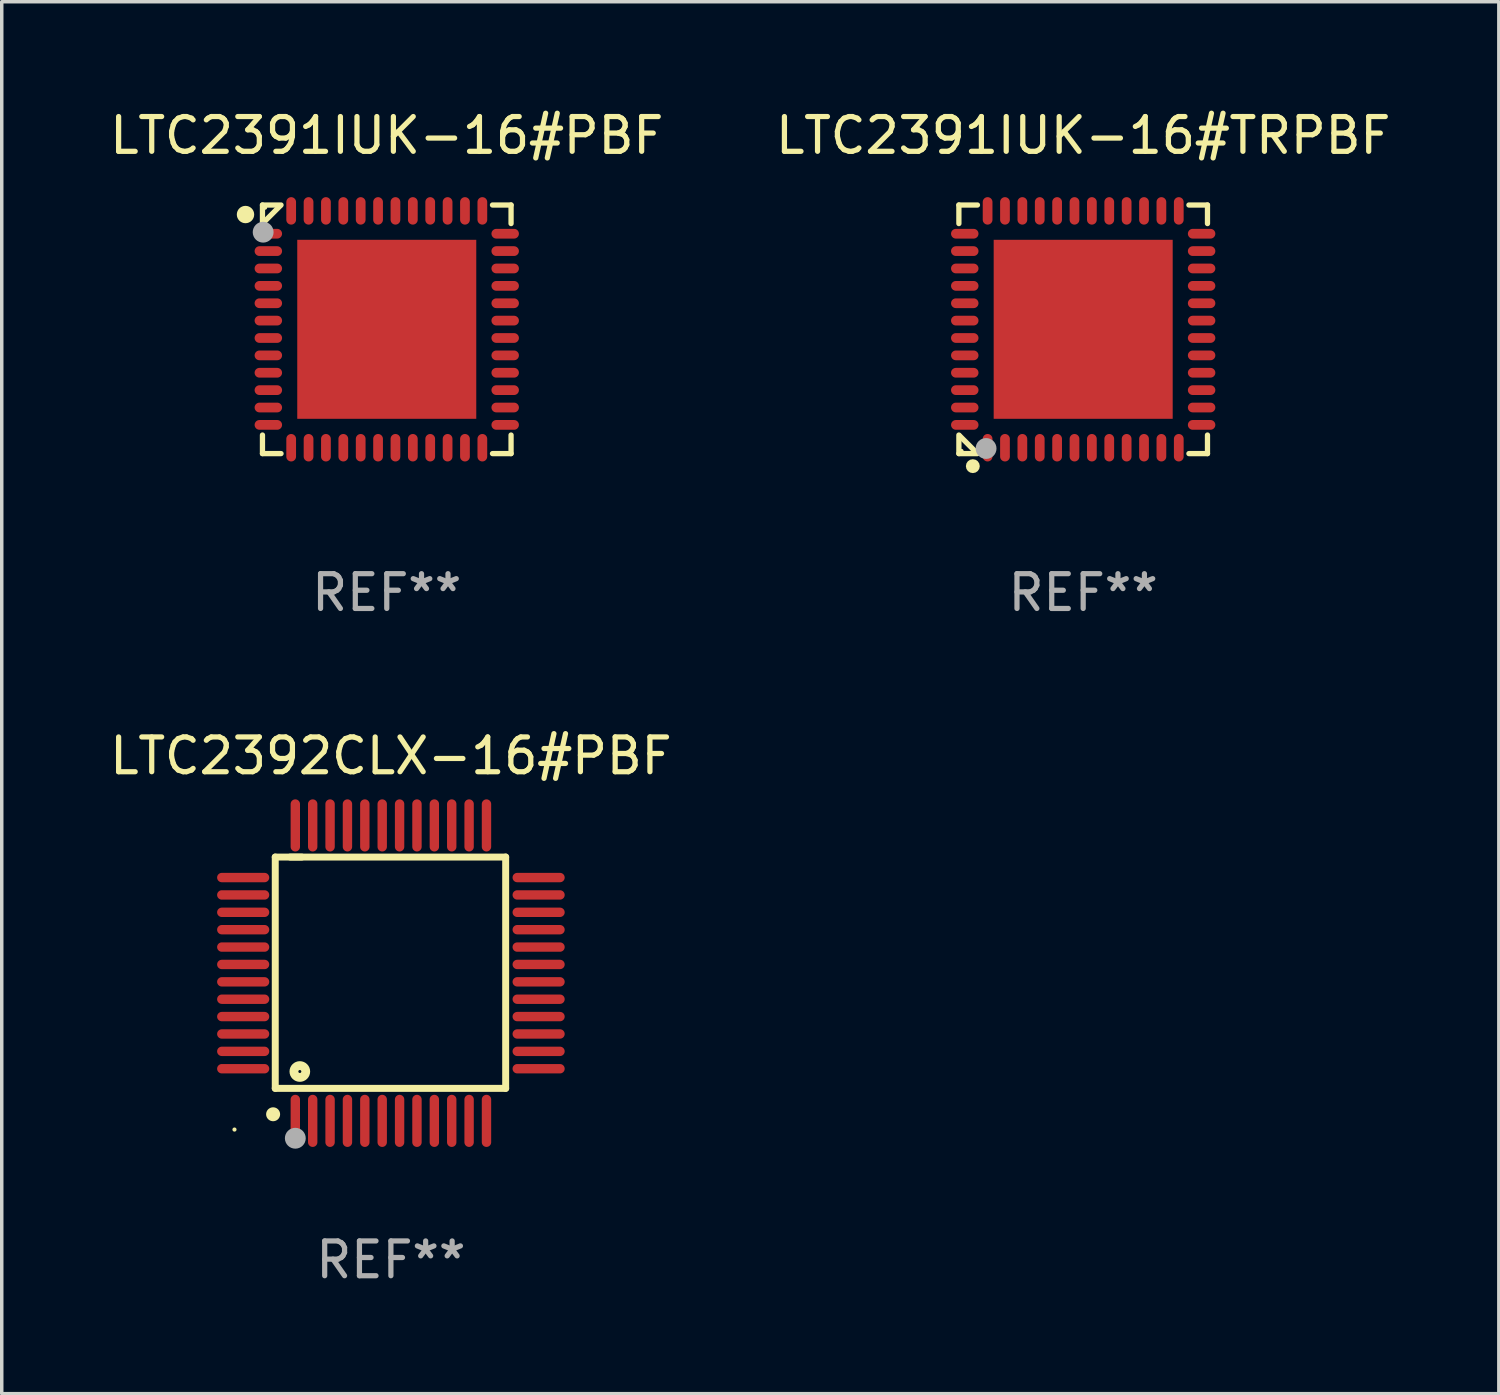
<source format=kicad_pcb>
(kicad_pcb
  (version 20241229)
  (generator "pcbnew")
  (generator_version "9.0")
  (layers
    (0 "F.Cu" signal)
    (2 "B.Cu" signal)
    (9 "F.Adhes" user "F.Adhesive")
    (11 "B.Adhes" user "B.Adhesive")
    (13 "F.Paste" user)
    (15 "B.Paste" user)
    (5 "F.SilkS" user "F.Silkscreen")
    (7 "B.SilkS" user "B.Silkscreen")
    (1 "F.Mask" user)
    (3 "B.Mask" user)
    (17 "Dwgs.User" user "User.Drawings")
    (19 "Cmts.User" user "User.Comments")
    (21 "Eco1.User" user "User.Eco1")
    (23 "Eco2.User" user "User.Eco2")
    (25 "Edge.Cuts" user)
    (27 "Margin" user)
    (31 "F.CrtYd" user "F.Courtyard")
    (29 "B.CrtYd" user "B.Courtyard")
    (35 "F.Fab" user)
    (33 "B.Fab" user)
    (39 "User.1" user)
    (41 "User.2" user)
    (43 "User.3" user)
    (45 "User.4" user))
  (footprint "LTC2392CLX-16#PBF"
    (layer "F.Cu")
    (at 8.196 24.947)
    (property "Reference" "LTC2392CLX-16#PBF" (at 0 -6.25 0) (layer "F.SilkS") (effects (font (size 1 1) (thickness 0.15))))
    (attr through_hole)
    (fp_line (start -3.327 -3.34) (end -2.565 -3.34) (stroke (width 0.2) (type solid)) (layer "F.SilkS"))
    (fp_line (start -3.327 3.315) (end -3.327 -3.34) (stroke (width 0.2) (type solid)) (layer "F.SilkS"))
    (fp_line (start -2.896 -3.34) (end 3.302 -3.34) (stroke (width 0.2) (type solid)) (layer "F.SilkS"))
    (fp_line (start 3.302 -3.34) (end 3.302 3.315) (stroke (width 0.2) (type solid)) (layer "F.SilkS"))
    (fp_line (start 3.302 3.315) (end -3.327 3.315) (stroke (width 0.2) (type solid)) (layer "F.SilkS"))
    (fp_arc (start -3.389992 4.059995) (mid -3.388722 4.059991) (end -3.387452 4.059995) (stroke (width 0.4) (type solid)) (layer "F.SilkS"))
    (fp_circle (center -4.5 4.5) (end -4.47 4.5) (stroke (width 0.06) (type solid)) (fill no) (layer "F.SilkS"))
    (fp_circle (center -2.62 2.83) (end -2.45 2.83) (stroke (width 0.254) (type solid)) (fill no) (layer "F.SilkS"))
    (fp_circle (center -2.75 4.75) (end -2.6 4.75) (stroke (width 0.3) (type solid)) (fill no) (layer "F.Fab"))
    (fp_text user "REF**" (at 0 8.25 0) (layer "F.Fab") (effects (font (size 1 1) (thickness 0.15))))
    (pad "1" smd oval (at -2.75 4.25) (size 0.27 1.5) (layers "F.Cu" "F.Mask" "F.Paste"))
    (pad "2" smd oval (at -2.25 4.25) (size 0.27 1.5) (layers "F.Cu" "F.Mask" "F.Paste"))
    (pad "3" smd oval (at -1.75 4.25) (size 0.27 1.5) (layers "F.Cu" "F.Mask" "F.Paste"))
    (pad "4" smd oval (at -1.25 4.25) (size 0.27 1.5) (layers "F.Cu" "F.Mask" "F.Paste"))
    (pad "5" smd oval (at -0.75 4.25) (size 0.27 1.5) (layers "F.Cu" "F.Mask" "F.Paste"))
    (pad "6" smd oval (at -0.25 4.25) (size 0.27 1.5) (layers "F.Cu" "F.Mask" "F.Paste"))
    (pad "7" smd oval (at 0.25 4.25) (size 0.27 1.5) (layers "F.Cu" "F.Mask" "F.Paste"))
    (pad "8" smd oval (at 0.75 4.25) (size 0.27 1.5) (layers "F.Cu" "F.Mask" "F.Paste"))
    (pad "9" smd oval (at 1.25 4.25) (size 0.27 1.5) (layers "F.Cu" "F.Mask" "F.Paste"))
    (pad "10" smd oval (at 1.75 4.25) (size 0.27 1.5) (layers "F.Cu" "F.Mask" "F.Paste"))
    (pad "11" smd oval (at 2.25 4.25) (size 0.27 1.5) (layers "F.Cu" "F.Mask" "F.Paste"))
    (pad "12" smd oval (at 2.75 4.25) (size 0.27 1.5) (layers "F.Cu" "F.Mask" "F.Paste"))
    (pad "13" smd oval (at 4.25 2.75) (size 1.5 0.27) (layers "F.Cu" "F.Mask" "F.Paste"))
    (pad "14" smd oval (at 4.25 2.25) (size 1.5 0.27) (layers "F.Cu" "F.Mask" "F.Paste"))
    (pad "15" smd oval (at 4.25 1.75) (size 1.5 0.27) (layers "F.Cu" "F.Mask" "F.Paste"))
    (pad "16" smd oval (at 4.25 1.25) (size 1.5 0.27) (layers "F.Cu" "F.Mask" "F.Paste"))
    (pad "17" smd oval (at 4.25 0.75) (size 1.5 0.27) (layers "F.Cu" "F.Mask" "F.Paste"))
    (pad "18" smd oval (at 4.25 0.25) (size 1.5 0.27) (layers "F.Cu" "F.Mask" "F.Paste"))
    (pad "19" smd oval (at 4.25 -0.25) (size 1.5 0.27) (layers "F.Cu" "F.Mask" "F.Paste"))
    (pad "20" smd oval (at 4.25 -0.75) (size 1.5 0.27) (layers "F.Cu" "F.Mask" "F.Paste"))
    (pad "21" smd oval (at 4.25 -1.25) (size 1.5 0.27) (layers "F.Cu" "F.Mask" "F.Paste"))
    (pad "22" smd oval (at 4.25 -1.75) (size 1.5 0.27) (layers "F.Cu" "F.Mask" "F.Paste"))
    (pad "23" smd oval (at 4.25 -2.25) (size 1.5 0.27) (layers "F.Cu" "F.Mask" "F.Paste"))
    (pad "24" smd oval (at 4.25 -2.75) (size 1.5 0.27) (layers "F.Cu" "F.Mask" "F.Paste"))
    (pad "25" smd oval (at 2.75 -4.25) (size 0.27 1.5) (layers "F.Cu" "F.Mask" "F.Paste"))
    (pad "26" smd oval (at 2.25 -4.25) (size 0.27 1.5) (layers "F.Cu" "F.Mask" "F.Paste"))
    (pad "27" smd oval (at 1.75 -4.25) (size 0.27 1.5) (layers "F.Cu" "F.Mask" "F.Paste"))
    (pad "28" smd oval (at 1.25 -4.25) (size 0.27 1.5) (layers "F.Cu" "F.Mask" "F.Paste"))
    (pad "29" smd oval (at 0.75 -4.25) (size 0.27 1.5) (layers "F.Cu" "F.Mask" "F.Paste"))
    (pad "30" smd oval (at 0.25 -4.25) (size 0.27 1.5) (layers "F.Cu" "F.Mask" "F.Paste"))
    (pad "31" smd oval (at -0.25 -4.25) (size 0.27 1.5) (layers "F.Cu" "F.Mask" "F.Paste"))
    (pad "32" smd oval (at -0.75 -4.25) (size 0.27 1.5) (layers "F.Cu" "F.Mask" "F.Paste"))
    (pad "33" smd oval (at -1.25 -4.25) (size 0.27 1.5) (layers "F.Cu" "F.Mask" "F.Paste"))
    (pad "34" smd oval (at -1.75 -4.25) (size 0.27 1.5) (layers "F.Cu" "F.Mask" "F.Paste"))
    (pad "35" smd oval (at -2.25 -4.25) (size 0.27 1.5) (layers "F.Cu" "F.Mask" "F.Paste"))
    (pad "36" smd oval (at -2.75 -4.25) (size 0.27 1.5) (layers "F.Cu" "F.Mask" "F.Paste"))
    (pad "37" smd oval (at -4.25 -2.75) (size 1.5 0.27) (layers "F.Cu" "F.Mask" "F.Paste"))
    (pad "38" smd oval (at -4.25 -2.25) (size 1.5 0.27) (layers "F.Cu" "F.Mask" "F.Paste"))
    (pad "39" smd oval (at -4.25 -1.75) (size 1.5 0.27) (layers "F.Cu" "F.Mask" "F.Paste"))
    (pad "40" smd oval (at -4.25 -1.25) (size 1.5 0.27) (layers "F.Cu" "F.Mask" "F.Paste"))
    (pad "41" smd oval (at -4.25 -0.75) (size 1.5 0.27) (layers "F.Cu" "F.Mask" "F.Paste"))
    (pad "42" smd oval (at -4.25 -0.25) (size 1.5 0.27) (layers "F.Cu" "F.Mask" "F.Paste"))
    (pad "43" smd oval (at -4.25 0.25) (size 1.5 0.27) (layers "F.Cu" "F.Mask" "F.Paste"))
    (pad "44" smd oval (at -4.25 0.75) (size 1.5 0.27) (layers "F.Cu" "F.Mask" "F.Paste"))
    (pad "45" smd oval (at -4.25 1.25) (size 1.5 0.27) (layers "F.Cu" "F.Mask" "F.Paste"))
    (pad "46" smd oval (at -4.25 1.75) (size 1.5 0.27) (layers "F.Cu" "F.Mask" "F.Paste"))
    (pad "47" smd oval (at -4.25 2.25) (size 1.5 0.27) (layers "F.Cu" "F.Mask" "F.Paste"))
    (pad "48" smd oval (at -4.25 2.75) (size 1.5 0.27) (layers "F.Cu" "F.Mask" "F.Paste")))
  (footprint "LTC2391IUK-16#TRPBF"
    (layer "F.Cu")
    (at 28.113 6.424)
    (property "Reference" "LTC2391IUK-16#TRPBF" (at 0 -5.576 0) (layer "F.SilkS") (effects (font (size 1 1) (thickness 0.15))))
    (attr through_hole)
    (fp_line (start -3.576 -3.576) (end -3.576 -3.042) (stroke (width 0.152) (type solid)) (layer "F.SilkS"))
    (fp_line (start -3.576 3.576) (end -3.576 3.042) (stroke (width 0.152) (type solid)) (layer "F.SilkS"))
    (fp_line (start -3.069 3.549) (end -3.549 3.069) (stroke (width 0.152) (type solid)) (layer "F.SilkS"))
    (fp_line (start -3.042 -3.576) (end -3.576 -3.576) (stroke (width 0.152) (type solid)) (layer "F.SilkS"))
    (fp_line (start -3.042 3.576) (end -3.576 3.576) (stroke (width 0.152) (type solid)) (layer "F.SilkS"))
    (fp_line (start 3.042 -3.576) (end 3.576 -3.576) (stroke (width 0.152) (type solid)) (layer "F.SilkS"))
    (fp_line (start 3.042 3.576) (end 3.576 3.576) (stroke (width 0.152) (type solid)) (layer "F.SilkS"))
    (fp_line (start 3.576 -3.576) (end 3.576 -3.042) (stroke (width 0.152) (type solid)) (layer "F.SilkS"))
    (fp_line (start 3.576 3.576) (end 3.576 3.042) (stroke (width 0.152) (type solid)) (layer "F.SilkS"))
    (fp_circle (center -3.5 3.5) (end -3.47 3.5) (stroke (width 0.06) (type solid)) (fill no) (layer "F.SilkS"))
    (fp_circle (center -3.175 3.937) (end -3.075 3.937) (stroke (width 0.2) (type solid)) (fill no) (layer "F.SilkS"))
    (fp_circle (center -2.794 3.429) (end -2.644 3.429) (stroke (width 0.3) (type solid)) (fill no) (layer "F.Fab"))
    (fp_text user "REF**" (at 0 7.576 0) (layer "F.Fab") (effects (font (size 1 1) (thickness 0.15))))
    (pad "1" smd oval (at -2.75 3.407) (size 0.28 0.79) (layers "F.Cu" "F.Mask" "F.Paste"))
    (pad "2" smd oval (at -2.25 3.407) (size 0.28 0.79) (layers "F.Cu" "F.Mask" "F.Paste"))
    (pad "3" smd oval (at -1.75 3.407) (size 0.28 0.79) (layers "F.Cu" "F.Mask" "F.Paste"))
    (pad "4" smd oval (at -1.25 3.407) (size 0.28 0.79) (layers "F.Cu" "F.Mask" "F.Paste"))
    (pad "5" smd oval (at -0.75 3.407) (size 0.28 0.79) (layers "F.Cu" "F.Mask" "F.Paste"))
    (pad "6" smd oval (at -0.25 3.407) (size 0.28 0.79) (layers "F.Cu" "F.Mask" "F.Paste"))
    (pad "7" smd oval (at 0.25 3.407) (size 0.28 0.79) (layers "F.Cu" "F.Mask" "F.Paste"))
    (pad "8" smd oval (at 0.75 3.407) (size 0.28 0.79) (layers "F.Cu" "F.Mask" "F.Paste"))
    (pad "9" smd oval (at 1.25 3.407) (size 0.28 0.79) (layers "F.Cu" "F.Mask" "F.Paste"))
    (pad "10" smd oval (at 1.75 3.407) (size 0.28 0.79) (layers "F.Cu" "F.Mask" "F.Paste"))
    (pad "11" smd oval (at 2.25 3.407) (size 0.28 0.79) (layers "F.Cu" "F.Mask" "F.Paste"))
    (pad "12" smd oval (at 2.75 3.407) (size 0.28 0.79) (layers "F.Cu" "F.Mask" "F.Paste"))
    (pad "13" smd oval (at 3.407 2.75) (size 0.79 0.28) (layers "F.Cu" "F.Mask" "F.Paste"))
    (pad "14" smd oval (at 3.407 2.25) (size 0.79 0.28) (layers "F.Cu" "F.Mask" "F.Paste"))
    (pad "15" smd oval (at 3.407 1.75) (size 0.79 0.28) (layers "F.Cu" "F.Mask" "F.Paste"))
    (pad "16" smd oval (at 3.407 1.25) (size 0.79 0.28) (layers "F.Cu" "F.Mask" "F.Paste"))
    (pad "17" smd oval (at 3.407 0.75) (size 0.79 0.28) (layers "F.Cu" "F.Mask" "F.Paste"))
    (pad "18" smd oval (at 3.407 0.25) (size 0.79 0.28) (layers "F.Cu" "F.Mask" "F.Paste"))
    (pad "19" smd oval (at 3.407 -0.25) (size 0.79 0.28) (layers "F.Cu" "F.Mask" "F.Paste"))
    (pad "20" smd oval (at 3.407 -0.75) (size 0.79 0.28) (layers "F.Cu" "F.Mask" "F.Paste"))
    (pad "21" smd oval (at 3.407 -1.25) (size 0.79 0.28) (layers "F.Cu" "F.Mask" "F.Paste"))
    (pad "22" smd oval (at 3.407 -1.75) (size 0.79 0.28) (layers "F.Cu" "F.Mask" "F.Paste"))
    (pad "23" smd oval (at 3.407 -2.25) (size 0.79 0.28) (layers "F.Cu" "F.Mask" "F.Paste"))
    (pad "24" smd oval (at 3.407 -2.75) (size 0.79 0.28) (layers "F.Cu" "F.Mask" "F.Paste"))
    (pad "25" smd oval (at 2.75 -3.407) (size 0.28 0.79) (layers "F.Cu" "F.Mask" "F.Paste"))
    (pad "26" smd oval (at 2.25 -3.407) (size 0.28 0.79) (layers "F.Cu" "F.Mask" "F.Paste"))
    (pad "27" smd oval (at 1.75 -3.407) (size 0.28 0.79) (layers "F.Cu" "F.Mask" "F.Paste"))
    (pad "28" smd oval (at 1.25 -3.407) (size 0.28 0.79) (layers "F.Cu" "F.Mask" "F.Paste"))
    (pad "29" smd oval (at 0.75 -3.407) (size 0.28 0.79) (layers "F.Cu" "F.Mask" "F.Paste"))
    (pad "30" smd oval (at 0.25 -3.407) (size 0.28 0.79) (layers "F.Cu" "F.Mask" "F.Paste"))
    (pad "31" smd oval (at -0.25 -3.407) (size 0.28 0.79) (layers "F.Cu" "F.Mask" "F.Paste"))
    (pad "32" smd oval (at -0.75 -3.407) (size 0.28 0.79) (layers "F.Cu" "F.Mask" "F.Paste"))
    (pad "33" smd oval (at -1.25 -3.407) (size 0.28 0.79) (layers "F.Cu" "F.Mask" "F.Paste"))
    (pad "34" smd oval (at -1.75 -3.407) (size 0.28 0.79) (layers "F.Cu" "F.Mask" "F.Paste"))
    (pad "35" smd oval (at -2.25 -3.407) (size 0.28 0.79) (layers "F.Cu" "F.Mask" "F.Paste"))
    (pad "36" smd oval (at -2.75 -3.407) (size 0.28 0.79) (layers "F.Cu" "F.Mask" "F.Paste"))
    (pad "37" smd oval (at -3.407 -2.75) (size 0.79 0.28) (layers "F.Cu" "F.Mask" "F.Paste"))
    (pad "38" smd oval (at -3.407 -2.25) (size 0.79 0.28) (layers "F.Cu" "F.Mask" "F.Paste"))
    (pad "39" smd oval (at -3.407 -1.75) (size 0.79 0.28) (layers "F.Cu" "F.Mask" "F.Paste"))
    (pad "40" smd oval (at -3.407 -1.25) (size 0.79 0.28) (layers "F.Cu" "F.Mask" "F.Paste"))
    (pad "41" smd oval (at -3.407 -0.75) (size 0.79 0.28) (layers "F.Cu" "F.Mask" "F.Paste"))
    (pad "42" smd oval (at -3.407 -0.25) (size 0.79 0.28) (layers "F.Cu" "F.Mask" "F.Paste"))
    (pad "43" smd oval (at -3.407 0.25) (size 0.79 0.28) (layers "F.Cu" "F.Mask" "F.Paste"))
    (pad "44" smd oval (at -3.407 0.75) (size 0.79 0.28) (layers "F.Cu" "F.Mask" "F.Paste"))
    (pad "45" smd oval (at -3.407 1.25) (size 0.79 0.28) (layers "F.Cu" "F.Mask" "F.Paste"))
    (pad "46" smd oval (at -3.407 1.75) (size 0.79 0.28) (layers "F.Cu" "F.Mask" "F.Paste"))
    (pad "47" smd oval (at -3.407 2.25) (size 0.79 0.28) (layers "F.Cu" "F.Mask" "F.Paste"))
    (pad "48" smd oval (at -3.407 2.75) (size 0.79 0.28) (layers "F.Cu" "F.Mask" "F.Paste"))
    (pad "49" smd rect (at 0 0) (size 5.15 5.15) (layers "F.Cu" "F.Mask" "F.Paste")))
  (footprint "LTC2391IUK-16#PBF"
    (layer "F.Cu")
    (at 8.077 6.424)
    (property "Reference" "LTC2391IUK-16#PBF" (at 0 -5.576 0) (layer "F.SilkS") (effects (font (size 1 1) (thickness 0.15))))
    (attr through_hole)
    (fp_line (start -3.576 -3.576) (end -3.042 -3.576) (stroke (width 0.152) (type solid)) (layer "F.SilkS"))
    (fp_line (start -3.576 -3.042) (end -3.576 -3.576) (stroke (width 0.152) (type solid)) (layer "F.SilkS"))
    (fp_line (start -3.576 3.042) (end -3.576 3.576) (stroke (width 0.152) (type solid)) (layer "F.SilkS"))
    (fp_line (start -3.576 3.576) (end -3.042 3.576) (stroke (width 0.152) (type solid)) (layer "F.SilkS"))
    (fp_line (start -3.069 -3.549) (end -3.549 -3.069) (stroke (width 0.152) (type solid)) (layer "F.SilkS"))
    (fp_line (start 3.576 -3.576) (end 3.042 -3.576) (stroke (width 0.152) (type solid)) (layer "F.SilkS"))
    (fp_line (start 3.576 -3.042) (end 3.576 -3.576) (stroke (width 0.152) (type solid)) (layer "F.SilkS"))
    (fp_line (start 3.576 3.042) (end 3.576 3.576) (stroke (width 0.152) (type solid)) (layer "F.SilkS"))
    (fp_line (start 3.576 3.576) (end 3.042 3.576) (stroke (width 0.152) (type solid)) (layer "F.SilkS"))
    (fp_circle (center -4.064 -3.302) (end -3.939 -3.302) (stroke (width 0.25) (type solid)) (fill no) (layer "F.SilkS"))
    (fp_circle (center -3.5 -3.5) (end -3.47 -3.5) (stroke (width 0.06) (type solid)) (fill no) (layer "F.SilkS"))
    (fp_circle (center -3.556 -2.794) (end -3.406 -2.794) (stroke (width 0.3) (type solid)) (fill no) (layer "F.Fab"))
    (fp_text user "REF**" (at 0 7.576 0) (layer "F.Fab") (effects (font (size 1 1) (thickness 0.15))))
    (pad "1" smd oval (at -3.407 -2.75) (size 0.79 0.28) (layers "F.Cu" "F.Mask" "F.Paste"))
    (pad "2" smd oval (at -3.407 -2.25) (size 0.79 0.28) (layers "F.Cu" "F.Mask" "F.Paste"))
    (pad "3" smd oval (at -3.407 -1.75) (size 0.79 0.28) (layers "F.Cu" "F.Mask" "F.Paste"))
    (pad "4" smd oval (at -3.407 -1.25) (size 0.79 0.28) (layers "F.Cu" "F.Mask" "F.Paste"))
    (pad "5" smd oval (at -3.407 -0.75) (size 0.79 0.28) (layers "F.Cu" "F.Mask" "F.Paste"))
    (pad "6" smd oval (at -3.407 -0.25) (size 0.79 0.28) (layers "F.Cu" "F.Mask" "F.Paste"))
    (pad "7" smd oval (at -3.407 0.25) (size 0.79 0.28) (layers "F.Cu" "F.Mask" "F.Paste"))
    (pad "8" smd oval (at -3.407 0.75) (size 0.79 0.28) (layers "F.Cu" "F.Mask" "F.Paste"))
    (pad "9" smd oval (at -3.407 1.25) (size 0.79 0.28) (layers "F.Cu" "F.Mask" "F.Paste"))
    (pad "10" smd oval (at -3.407 1.75) (size 0.79 0.28) (layers "F.Cu" "F.Mask" "F.Paste"))
    (pad "11" smd oval (at -3.407 2.25) (size 0.79 0.28) (layers "F.Cu" "F.Mask" "F.Paste"))
    (pad "12" smd oval (at -3.407 2.75) (size 0.79 0.28) (layers "F.Cu" "F.Mask" "F.Paste"))
    (pad "13" smd oval (at -2.75 3.407) (size 0.28 0.79) (layers "F.Cu" "F.Mask" "F.Paste"))
    (pad "14" smd oval (at -2.25 3.407) (size 0.28 0.79) (layers "F.Cu" "F.Mask" "F.Paste"))
    (pad "15" smd oval (at -1.75 3.407) (size 0.28 0.79) (layers "F.Cu" "F.Mask" "F.Paste"))
    (pad "16" smd oval (at -1.25 3.407) (size 0.28 0.79) (layers "F.Cu" "F.Mask" "F.Paste"))
    (pad "17" smd oval (at -0.75 3.407) (size 0.28 0.79) (layers "F.Cu" "F.Mask" "F.Paste"))
    (pad "18" smd oval (at -0.25 3.407) (size 0.28 0.79) (layers "F.Cu" "F.Mask" "F.Paste"))
    (pad "19" smd oval (at 0.25 3.407) (size 0.28 0.79) (layers "F.Cu" "F.Mask" "F.Paste"))
    (pad "20" smd oval (at 0.75 3.407) (size 0.28 0.79) (layers "F.Cu" "F.Mask" "F.Paste"))
    (pad "21" smd oval (at 1.25 3.407) (size 0.28 0.79) (layers "F.Cu" "F.Mask" "F.Paste"))
    (pad "22" smd oval (at 1.75 3.407) (size 0.28 0.79) (layers "F.Cu" "F.Mask" "F.Paste"))
    (pad "23" smd oval (at 2.25 3.407) (size 0.28 0.79) (layers "F.Cu" "F.Mask" "F.Paste"))
    (pad "24" smd oval (at 2.75 3.407) (size 0.28 0.79) (layers "F.Cu" "F.Mask" "F.Paste"))
    (pad "25" smd oval (at 3.407 2.75) (size 0.79 0.28) (layers "F.Cu" "F.Mask" "F.Paste"))
    (pad "26" smd oval (at 3.407 2.25) (size 0.79 0.28) (layers "F.Cu" "F.Mask" "F.Paste"))
    (pad "27" smd oval (at 3.407 1.75) (size 0.79 0.28) (layers "F.Cu" "F.Mask" "F.Paste"))
    (pad "28" smd oval (at 3.407 1.25) (size 0.79 0.28) (layers "F.Cu" "F.Mask" "F.Paste"))
    (pad "29" smd oval (at 3.407 0.75) (size 0.79 0.28) (layers "F.Cu" "F.Mask" "F.Paste"))
    (pad "30" smd oval (at 3.407 0.25) (size 0.79 0.28) (layers "F.Cu" "F.Mask" "F.Paste"))
    (pad "31" smd oval (at 3.407 -0.25) (size 0.79 0.28) (layers "F.Cu" "F.Mask" "F.Paste"))
    (pad "32" smd oval (at 3.407 -0.75) (size 0.79 0.28) (layers "F.Cu" "F.Mask" "F.Paste"))
    (pad "33" smd oval (at 3.407 -1.25) (size 0.79 0.28) (layers "F.Cu" "F.Mask" "F.Paste"))
    (pad "34" smd oval (at 3.407 -1.75) (size 0.79 0.28) (layers "F.Cu" "F.Mask" "F.Paste"))
    (pad "35" smd oval (at 3.407 -2.25) (size 0.79 0.28) (layers "F.Cu" "F.Mask" "F.Paste"))
    (pad "36" smd oval (at 3.407 -2.75) (size 0.79 0.28) (layers "F.Cu" "F.Mask" "F.Paste"))
    (pad "37" smd oval (at 2.75 -3.407) (size 0.28 0.79) (layers "F.Cu" "F.Mask" "F.Paste"))
    (pad "38" smd oval (at 2.25 -3.407) (size 0.28 0.79) (layers "F.Cu" "F.Mask" "F.Paste"))
    (pad "39" smd oval (at 1.75 -3.407) (size 0.28 0.79) (layers "F.Cu" "F.Mask" "F.Paste"))
    (pad "40" smd oval (at 1.25 -3.407) (size 0.28 0.79) (layers "F.Cu" "F.Mask" "F.Paste"))
    (pad "41" smd oval (at 0.75 -3.407) (size 0.28 0.79) (layers "F.Cu" "F.Mask" "F.Paste"))
    (pad "42" smd oval (at 0.25 -3.407) (size 0.28 0.79) (layers "F.Cu" "F.Mask" "F.Paste"))
    (pad "43" smd oval (at -0.25 -3.407) (size 0.28 0.79) (layers "F.Cu" "F.Mask" "F.Paste"))
    (pad "44" smd oval (at -0.75 -3.407) (size 0.28 0.79) (layers "F.Cu" "F.Mask" "F.Paste"))
    (pad "45" smd oval (at -1.25 -3.407) (size 0.28 0.79) (layers "F.Cu" "F.Mask" "F.Paste"))
    (pad "46" smd oval (at -1.75 -3.407) (size 0.28 0.79) (layers "F.Cu" "F.Mask" "F.Paste"))
    (pad "47" smd oval (at -2.25 -3.407) (size 0.28 0.79) (layers "F.Cu" "F.Mask" "F.Paste"))
    (pad "48" smd oval (at -2.75 -3.407) (size 0.28 0.79) (layers "F.Cu" "F.Mask" "F.Paste"))
    (pad "49" smd rect (at 0 0) (size 5.15 5.15) (layers "F.Cu" "F.Mask" "F.Paste")))
  (gr_rect
    (start -3 -3)
    (end 40.071 37.045)
    (stroke (width 0.1) (type default))
    (fill no)
    (layer "Edge.Cuts")))
</source>
